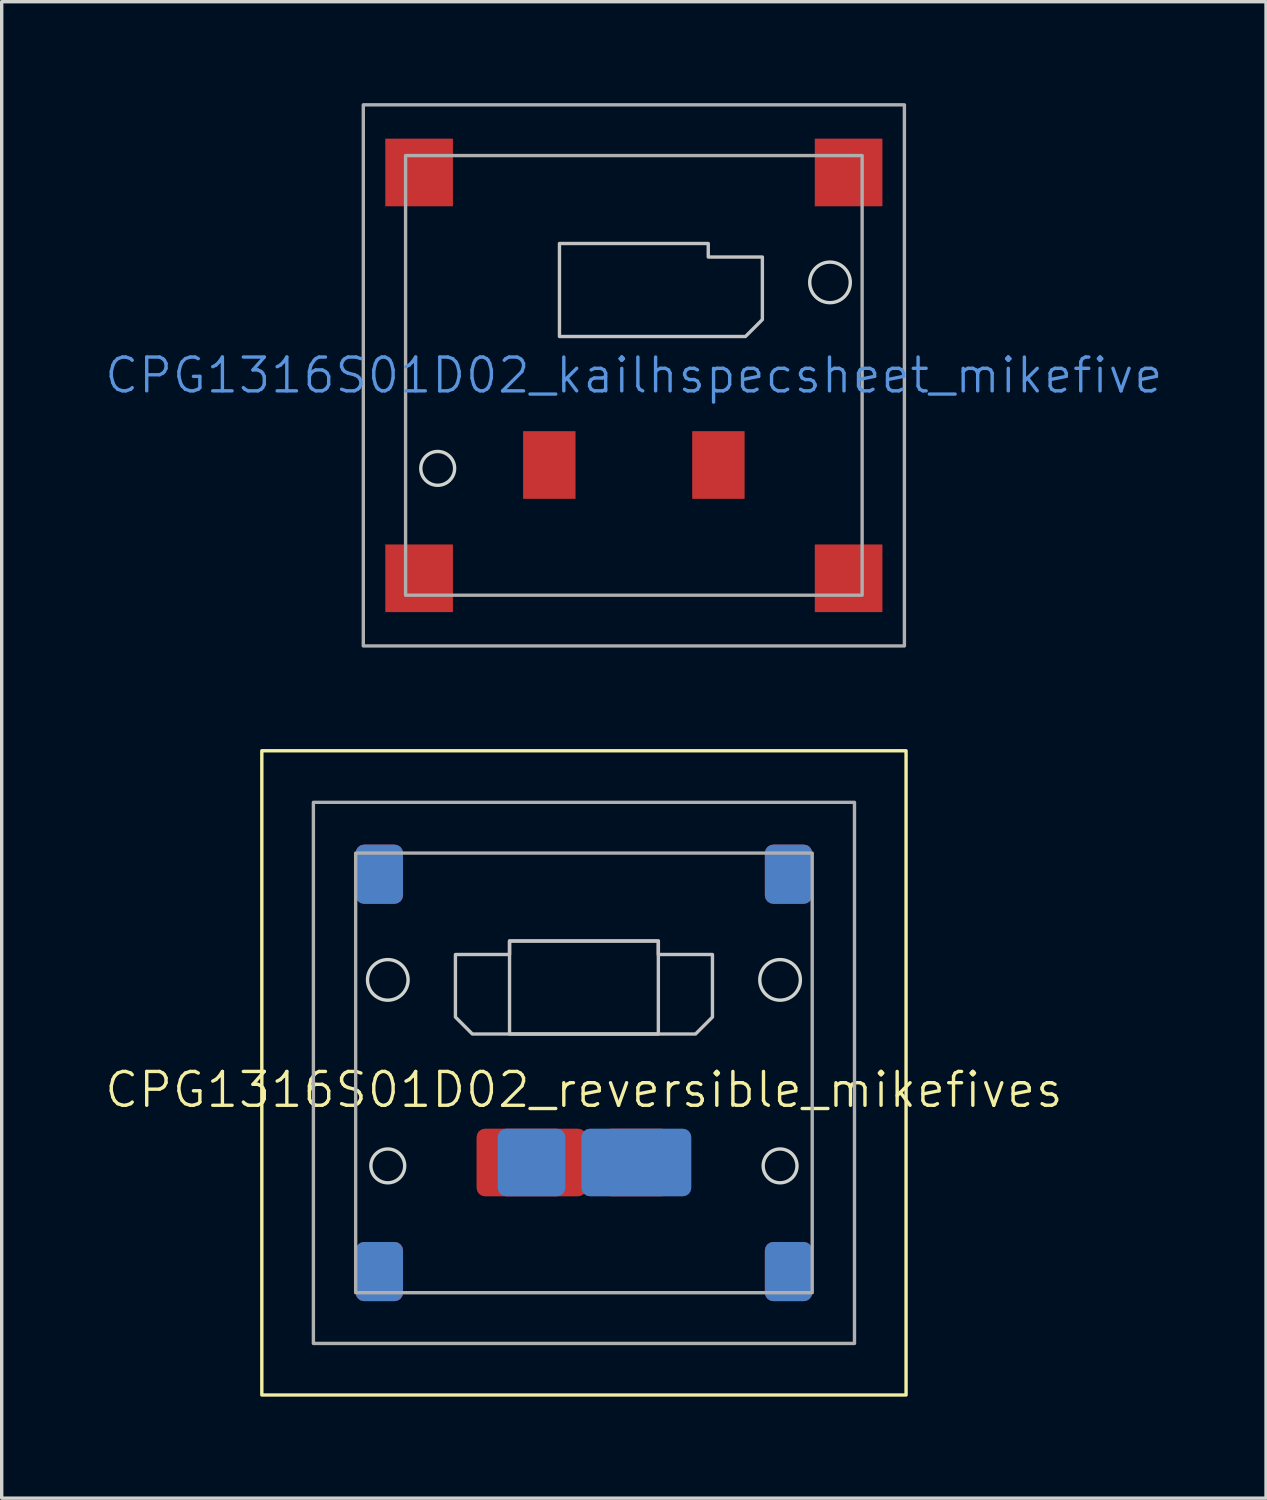
<source format=kicad_pcb>
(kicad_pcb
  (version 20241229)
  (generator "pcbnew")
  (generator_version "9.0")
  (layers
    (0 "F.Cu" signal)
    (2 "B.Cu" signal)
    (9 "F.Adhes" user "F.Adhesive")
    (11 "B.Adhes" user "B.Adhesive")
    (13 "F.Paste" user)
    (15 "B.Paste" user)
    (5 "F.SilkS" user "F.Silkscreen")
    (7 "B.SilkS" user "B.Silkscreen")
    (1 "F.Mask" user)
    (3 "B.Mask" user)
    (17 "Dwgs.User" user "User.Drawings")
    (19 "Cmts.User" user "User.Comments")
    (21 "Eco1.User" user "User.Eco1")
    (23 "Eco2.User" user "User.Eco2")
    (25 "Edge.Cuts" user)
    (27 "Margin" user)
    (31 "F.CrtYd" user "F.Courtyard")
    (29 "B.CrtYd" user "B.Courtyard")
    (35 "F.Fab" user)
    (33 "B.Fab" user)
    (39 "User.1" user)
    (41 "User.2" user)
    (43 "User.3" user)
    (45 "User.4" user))
  (footprint "CPG1316S01D02_reversible_mikefives"
    (layer "F.Cu")
    (at 14.217 28.675)
    (property "Reference" "CPG1316S01D02_reversible_mikefives" (at 0 0.5 0) (unlocked yes) (layer "F.SilkS") (effects (font (size 1 1) (thickness 0.1))))
    (attr smd)
    (fp_rect (start -9.525 -9.525) (end 9.525 9.525) (stroke (width 0.1) (type solid)) (fill no) (layer "F.SilkS"))
    (fp_poly (pts (xy -3.8 -3.5) (xy -3.8 -1.65) (xy -3.3 -1.15) (xy 2.2 -1.15) (xy 2.2 -3.9) (xy -2.2 -3.9) (xy -2.2 -3.5)) (stroke (width 0.1) (type solid)) (fill no) (layer "Dwgs.User"))
    (fp_poly (pts (xy 3.8 -3.5) (xy 3.8 -1.65) (xy 3.3 -1.15) (xy -2.2 -1.15) (xy -2.2 -3.9) (xy 2.2 -3.9) (xy 2.2 -3.5)) (stroke (width 0.1) (type solid)) (fill no) (layer "Dwgs.User"))
    (fp_circle (center -5.8 -2.75) (end -5.2 -2.75) (stroke (width 0.1) (type default)) (fill no) (layer "Edge.Cuts"))
    (fp_circle (center -5.8 2.75) (end -5.3 2.75) (stroke (width 0.1) (type default)) (fill no) (layer "Edge.Cuts"))
    (fp_circle (center 5.8 -2.75) (end 6.4 -2.75) (stroke (width 0.1) (type default)) (fill no) (layer "Edge.Cuts"))
    (fp_circle (center 5.8 2.75) (end 6.3 2.75) (stroke (width 0.1) (type default)) (fill no) (layer "Edge.Cuts"))
    (fp_rect (start -8 8) (end 8 -8) (stroke (width 0.1) (type default)) (fill no) (layer "F.Fab"))
    (fp_rect (start -6.75 -6.5) (end 6.75 6.5) (stroke (width 0.1) (type default)) (fill no) (layer "F.Fab"))
    (pad "1" smd roundrect (at -1.55 2.65) (size 2 2) (layers "B.Cu" "B.Mask" "B.Paste") (roundrect_rratio 0.125))
    (pad "1" smd roundrect (at -1.55 2.65) (size 3.25 2) (layers "F.Cu" "F.Mask" "F.Paste") (roundrect_rratio 0.125))
    (pad "2" smd roundrect (at 1.55 2.65) (size 2 2) (layers "F.Cu" "F.Mask" "F.Paste") (roundrect_rratio 0.125))
    (pad "2" smd roundrect (at 1.55 2.65) (size 3.25 2) (layers "B.Cu" "B.Mask" "B.Paste") (roundrect_rratio 0.125))
    (pad "3" smd roundrect (at -6.05 -5.875) (size 1.4 1.75) (layers "F.Cu" "F.Mask" "F.Paste") (roundrect_rratio 0.179))
    (pad "3" smd roundrect (at -6.05 -5.875) (size 1.4 1.75) (layers "B.Cu" "B.Mask" "B.Paste") (roundrect_rratio 0.179))
    (pad "3" smd roundrect (at -6.05 5.875) (size 1.4 1.75) (layers "F.Cu" "F.Mask" "F.Paste") (roundrect_rratio 0.179))
    (pad "3" smd roundrect (at -6.05 5.875) (size 1.4 1.75) (layers "B.Cu" "B.Mask" "B.Paste") (roundrect_rratio 0.179))
    (pad "3" smd roundrect (at 6.05 -5.875) (size 1.4 1.75) (layers "F.Cu" "F.Mask" "F.Paste") (roundrect_rratio 0.179))
    (pad "3" smd roundrect (at 6.05 -5.875) (size 1.4 1.75) (layers "B.Cu" "B.Mask" "B.Paste") (roundrect_rratio 0.179))
    (pad "3" smd roundrect (at 6.05 5.875) (size 1.4 1.75) (layers "F.Cu" "F.Mask" "F.Paste") (roundrect_rratio 0.179))
    (pad "3" smd roundrect (at 6.05 5.875) (size 1.4 1.75) (layers "B.Cu" "B.Mask" "B.Paste") (roundrect_rratio 0.179)))
  (footprint "CPG1316S01D02_kailhspecsheet_mikefive"
    (layer "F.Cu")
    (at 15.693 8.05)
    (property "Reference" "CPG1316S01D02_kailhspecsheet_mikefive" (at 0 0 0) (unlocked yes) (layer "Cmts.User") (effects (font (size 1 1) (thickness 0.1))))
    (attr smd)
    (fp_poly (pts (xy 3.8 -3.5) (xy 3.8 -1.65) (xy 3.3 -1.15) (xy -2.2 -1.15) (xy -2.2 -3.9) (xy 2.2 -3.9) (xy 2.2 -3.5)) (stroke (width 0.1) (type solid)) (fill no) (layer "Dwgs.User"))
    (fp_circle (center -5.8 2.75) (end -5.3 2.75) (stroke (width 0.1) (type default)) (fill no) (layer "Edge.Cuts"))
    (fp_circle (center 5.8 -2.75) (end 6.4 -2.75) (stroke (width 0.1) (type default)) (fill no) (layer "Edge.Cuts"))
    (fp_rect (start -8 8) (end 8 -8) (stroke (width 0.1) (type default)) (fill no) (layer "F.Fab"))
    (fp_rect (start -6.75 -6.5) (end 6.75 6.5) (stroke (width 0.1) (type default)) (fill no) (layer "F.Fab"))
    (pad "1" smd rect (at -2.5 2.65) (size 1.55 2) (layers "F.Cu" "F.Mask" "F.Paste"))
    (pad "2" smd rect (at 2.5 2.65) (size 1.55 2) (layers "F.Cu" "F.Mask" "F.Paste"))
    (pad "3" smd rect (at -6.35 -6) (size 2 2) (layers "F.Cu" "F.Mask" "F.Paste"))
    (pad "3" smd rect (at -6.35 6) (size 2 2) (layers "F.Cu" "F.Mask" "F.Paste"))
    (pad "3" smd rect (at 6.35 -6) (size 2 2) (layers "F.Cu" "F.Mask" "F.Paste"))
    (pad "3" smd rect (at 6.35 6) (size 2 2) (layers "F.Cu" "F.Mask" "F.Paste")))
  (gr_rect
    (start -3 -3)
    (end 34.386 41.25)
    (stroke (width 0.1) (type default))
    (fill no)
    (layer "Edge.Cuts")))
</source>
